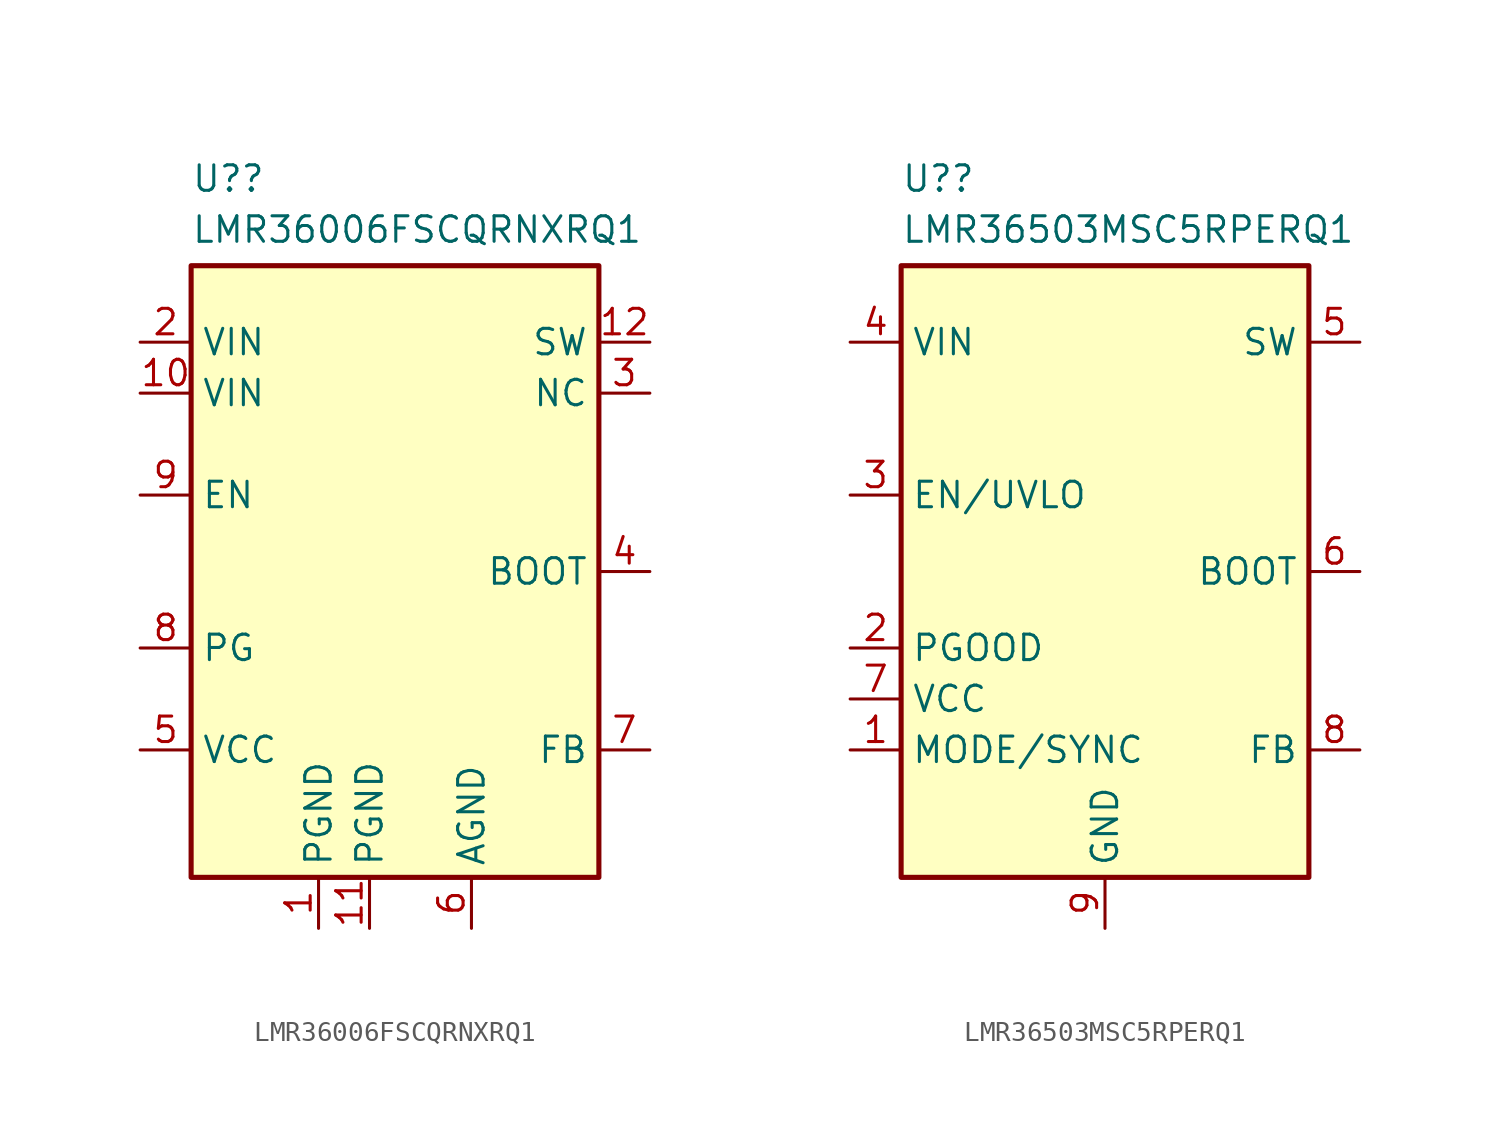
<source format=kicad_sym>
(kicad_symbol_lib
  (version 20220914)
  (generator kicad_symbol_editor)
  (symbol "LMR36006FSCQRNXRQ1"
    (property "Reference" "U?"
      (at -10.16 35.56 0)
      (effects (font (size 1.27 1.27)) (justify left top)))
    (property "Value" "LMR36006FSCQRNXRQ1"
      (at -10.16 33.02 0)
      (effects (font (size 1.27 1.27)) (justify left top)))
    (symbol "LMR36006FSCQRNXRQ1_1_1"
      (rectangle (start -10.16 30.48) (end 10.16 0) (stroke (width 0.254) (type default)) (fill (type background)))
      (pin power_in line (at -3.81 -2.54 90) (length 2.54) (name "PGND" (effects (font (size 1.27 1.27)))) (number "1" (effects (font (size 1.27 1.27)))))
      (pin passive line (at -12.7 24.13 0) (length 2.54) (name "VIN" (effects (font (size 1.27 1.27)))) (number "10" (effects (font (size 1.27 1.27)))))
      (pin power_in line (at -1.27 -2.54 90) (length 2.54) (name "PGND" (effects (font (size 1.27 1.27)))) (number "11" (effects (font (size 1.27 1.27)))))
      (pin power_out line (at 12.7 26.67 180) (length 2.54) (name "SW" (effects (font (size 1.27 1.27)))) (number "12" (effects (font (size 1.27 1.27)))))
      (pin power_in line (at -12.7 26.67 0) (length 2.54) (name "VIN" (effects (font (size 1.27 1.27)))) (number "2" (effects (font (size 1.27 1.27)))))
      (pin passive line (at 12.7 24.13 180) (length 2.54) (name "NC" (effects (font (size 1.27 1.27)))) (number "3" (effects (font (size 1.27 1.27)))))
      (pin passive line (at 12.7 15.24 180) (length 2.54) (name "BOOT" (effects (font (size 1.27 1.27)))) (number "4" (effects (font (size 1.27 1.27)))))
      (pin passive line (at -12.7 6.35 0) (length 2.54) (name "VCC" (effects (font (size 1.27 1.27)))) (number "5" (effects (font (size 1.27 1.27)))))
      (pin power_in line (at 3.81 -2.54 90) (length 2.54) (name "AGND" (effects (font (size 1.27 1.27)))) (number "6" (effects (font (size 1.27 1.27)))))
      (pin input line (at 12.7 6.35 180) (length 2.54) (name "FB" (effects (font (size 1.27 1.27)))) (number "7" (effects (font (size 1.27 1.27)))))
      (pin open_collector line (at -12.7 11.43 0) (length 2.54) (name "PG" (effects (font (size 1.27 1.27)))) (number "8" (effects (font (size 1.27 1.27)))))
      (pin input line (at -12.7 19.05 0) (length 2.54) (name "EN" (effects (font (size 1.27 1.27)))) (number "9" (effects (font (size 1.27 1.27)))))))
  (symbol "LMR36503MSC5RPERQ1"
    (property "Reference" "U?"
      (at -10.16 35.56 0)
      (effects (font (size 1.27 1.27)) (justify left top)))
    (property "Value" "LMR36503MSC5RPERQ1"
      (at -10.16 33.02 0)
      (effects (font (size 1.27 1.27)) (justify left top)))
    (symbol "LMR36503MSC5RPERQ1_1_1"
      (rectangle (start -10.16 30.48) (end 10.16 0) (stroke (width 0.254) (type default)) (fill (type background)))
      (pin input line (at -12.7 6.35 0) (length 2.54) (name "MODE/SYNC" (effects (font (size 1.27 1.27)))) (number "1" (effects (font (size 1.27 1.27)))))
      (pin open_collector line (at -12.7 11.43 0) (length 2.54) (name "PGOOD" (effects (font (size 1.27 1.27)))) (number "2" (effects (font (size 1.27 1.27)))))
      (pin input line (at -12.7 19.05 0) (length 2.54) (name "EN/UVLO" (effects (font (size 1.27 1.27)))) (number "3" (effects (font (size 1.27 1.27)))))
      (pin power_in line (at -12.7 26.67 0) (length 2.54) (name "VIN" (effects (font (size 1.27 1.27)))) (number "4" (effects (font (size 1.27 1.27)))))
      (pin power_out line (at 12.7 26.67 180) (length 2.54) (name "SW" (effects (font (size 1.27 1.27)))) (number "5" (effects (font (size 1.27 1.27)))))
      (pin passive line (at 12.7 15.24 180) (length 2.54) (name "BOOT" (effects (font (size 1.27 1.27)))) (number "6" (effects (font (size 1.27 1.27)))))
      (pin passive line (at -12.7 8.89 0) (length 2.54) (name "VCC" (effects (font (size 1.27 1.27)))) (number "7" (effects (font (size 1.27 1.27)))))
      (pin input line (at 12.7 6.35 180) (length 2.54) (name "FB" (effects (font (size 1.27 1.27)))) (number "8" (effects (font (size 1.27 1.27)))))
      (pin power_in line (at 0 -2.54 90) (length 2.54) (name "GND" (effects (font (size 1.27 1.27)))) (number "9" (effects (font (size 1.27 1.27))))))))
</source>
